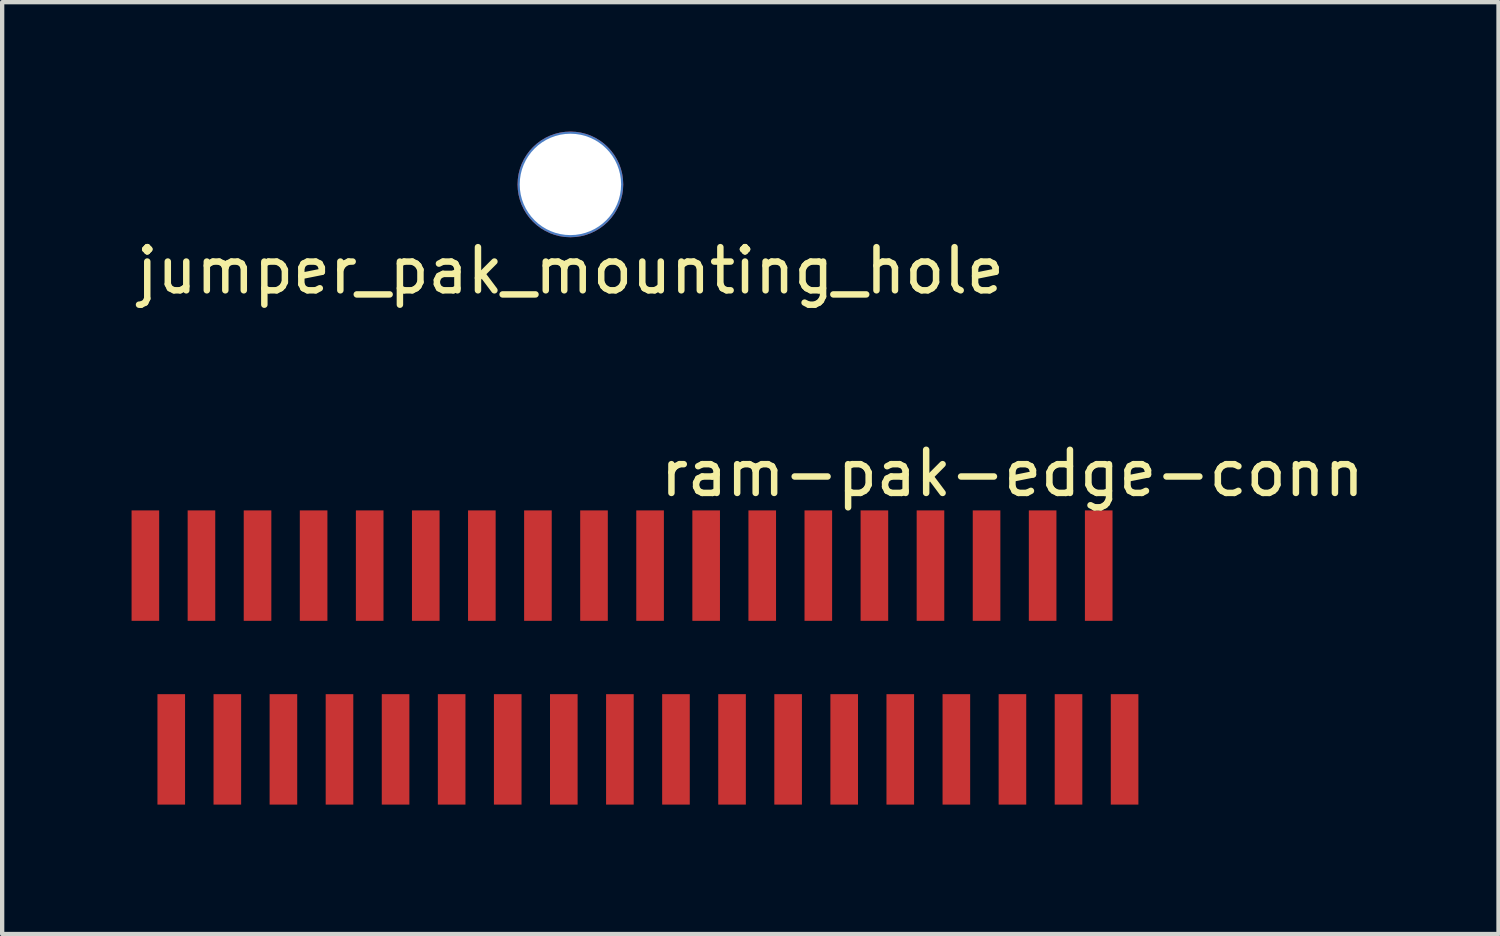
<source format=kicad_pcb>
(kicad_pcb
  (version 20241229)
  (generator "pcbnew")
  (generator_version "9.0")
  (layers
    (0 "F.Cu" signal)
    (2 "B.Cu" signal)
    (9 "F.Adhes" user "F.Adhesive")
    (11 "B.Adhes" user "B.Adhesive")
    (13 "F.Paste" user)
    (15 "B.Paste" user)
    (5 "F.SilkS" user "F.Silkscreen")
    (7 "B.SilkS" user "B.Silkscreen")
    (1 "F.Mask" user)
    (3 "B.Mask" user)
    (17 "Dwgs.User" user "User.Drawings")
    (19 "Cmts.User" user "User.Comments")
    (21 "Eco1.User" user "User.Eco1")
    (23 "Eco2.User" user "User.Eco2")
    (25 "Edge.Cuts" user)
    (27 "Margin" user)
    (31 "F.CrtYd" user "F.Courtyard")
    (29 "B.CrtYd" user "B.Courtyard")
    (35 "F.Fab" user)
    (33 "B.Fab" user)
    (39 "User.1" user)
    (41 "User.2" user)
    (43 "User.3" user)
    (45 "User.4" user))
  (footprint "jumper_pak_mounting_hole"
    (layer "F.Cu")
    (at 10.173 1.225)
    (property "Reference" "jumper_pak_mounting_hole" (at 0 2 0) (layer "F.SilkS") (effects (font (size 1 1) (thickness 0.15))))
    (attr through_hole)
    (pad "" np_thru_hole circle (at 0 0) (size 2.45 2.45) (drill 2.35) (layers "*.Cu" "*.Mask")))
  (footprint "ram-pak-edge-conn"
    (layer "F.Cu")
    (at 0.92 14.322)
    (property "Reference" "ram-pak-edge-conn" (at 19.5 -6.4 0) (layer "F.SilkS") (effects (font (size 1 1) (thickness 0.15))))
    (attr through_hole)
    (pad "1" smd rect (at -0.6 -4.26) (size 0.64 2.56) (layers "F.Cu" "F.Mask" "F.Paste"))
    (pad "2" smd rect (at 0 0) (size 0.64 2.56) (layers "F.Cu" "F.Mask" "F.Paste"))
    (pad "3" smd rect (at 0.7 -4.26) (size 0.64 2.56) (layers "F.Cu" "F.Mask" "F.Paste"))
    (pad "4" smd rect (at 1.3 0) (size 0.64 2.56) (layers "F.Cu" "F.Mask" "F.Paste"))
    (pad "5" smd rect (at 2 -4.26) (size 0.64 2.56) (layers "F.Cu" "F.Mask" "F.Paste"))
    (pad "6" smd rect (at 2.6 0) (size 0.64 2.56) (layers "F.Cu" "F.Mask" "F.Paste"))
    (pad "7" smd rect (at 3.3 -4.26) (size 0.64 2.56) (layers "F.Cu" "F.Mask" "F.Paste"))
    (pad "8" smd rect (at 3.9 0) (size 0.64 2.56) (layers "F.Cu" "F.Mask" "F.Paste"))
    (pad "9" smd rect (at 4.6 -4.26) (size 0.64 2.56) (layers "F.Cu" "F.Mask" "F.Paste"))
    (pad "10" smd rect (at 5.2 0) (size 0.64 2.56) (layers "F.Cu" "F.Mask" "F.Paste"))
    (pad "11" smd rect (at 5.9 -4.26) (size 0.64 2.56) (layers "F.Cu" "F.Mask" "F.Paste"))
    (pad "12" smd rect (at 6.5 0) (size 0.64 2.56) (layers "F.Cu" "F.Mask" "F.Paste"))
    (pad "13" smd rect (at 7.2 -4.26) (size 0.64 2.56) (layers "F.Cu" "F.Mask" "F.Paste"))
    (pad "14" smd rect (at 7.8 0) (size 0.64 2.56) (layers "F.Cu" "F.Mask" "F.Paste"))
    (pad "15" smd rect (at 8.5 -4.26) (size 0.64 2.56) (layers "F.Cu" "F.Mask" "F.Paste"))
    (pad "16" smd rect (at 9.1 0) (size 0.64 2.56) (layers "F.Cu" "F.Mask" "F.Paste"))
    (pad "17" smd rect (at 9.8 -4.26) (size 0.64 2.56) (layers "F.Cu" "F.Mask" "F.Paste"))
    (pad "18" smd rect (at 10.4 0) (size 0.64 2.56) (layers "F.Cu" "F.Mask" "F.Paste"))
    (pad "19" smd rect (at 11.1 -4.26) (size 0.64 2.56) (layers "F.Cu" "F.Mask" "F.Paste"))
    (pad "20" smd rect (at 11.7 0) (size 0.64 2.56) (layers "F.Cu" "F.Mask" "F.Paste"))
    (pad "21" smd rect (at 12.4 -4.26) (size 0.64 2.56) (layers "F.Cu" "F.Mask" "F.Paste"))
    (pad "22" smd rect (at 13 0) (size 0.64 2.56) (layers "F.Cu" "F.Mask" "F.Paste"))
    (pad "23" smd rect (at 13.7 -4.26) (size 0.64 2.56) (layers "F.Cu" "F.Mask" "F.Paste"))
    (pad "24" smd rect (at 14.3 0) (size 0.64 2.56) (layers "F.Cu" "F.Mask" "F.Paste"))
    (pad "25" smd rect (at 15 -4.26) (size 0.64 2.56) (layers "F.Cu" "F.Mask" "F.Paste"))
    (pad "26" smd rect (at 15.6 0) (size 0.64 2.56) (layers "F.Cu" "F.Mask" "F.Paste"))
    (pad "27" smd rect (at 16.3 -4.26) (size 0.64 2.56) (layers "F.Cu" "F.Mask" "F.Paste"))
    (pad "28" smd rect (at 16.9 0) (size 0.64 2.56) (layers "F.Cu" "F.Mask" "F.Paste"))
    (pad "29" smd rect (at 17.6 -4.26) (size 0.64 2.56) (layers "F.Cu" "F.Mask" "F.Paste"))
    (pad "30" smd rect (at 18.2 0) (size 0.64 2.56) (layers "F.Cu" "F.Mask" "F.Paste"))
    (pad "31" smd rect (at 18.9 -4.26) (size 0.64 2.56) (layers "F.Cu" "F.Mask" "F.Paste"))
    (pad "32" smd rect (at 19.5 0) (size 0.64 2.56) (layers "F.Cu" "F.Mask" "F.Paste"))
    (pad "33" smd rect (at 20.2 -4.26) (size 0.64 2.56) (layers "F.Cu" "F.Mask" "F.Paste"))
    (pad "34" smd rect (at 20.8 0) (size 0.64 2.56) (layers "F.Cu" "F.Mask" "F.Paste"))
    (pad "35" smd rect (at 21.5 -4.26) (size 0.64 2.56) (layers "F.Cu" "F.Mask" "F.Paste"))
    (pad "36" smd rect (at 22.1 0) (size 0.64 2.56) (layers "F.Cu" "F.Mask" "F.Paste")))
  (gr_rect
    (start -3 -3)
    (end 31.688 18.602)
    (stroke (width 0.1) (type default))
    (fill no)
    (layer "Edge.Cuts")))
</source>
